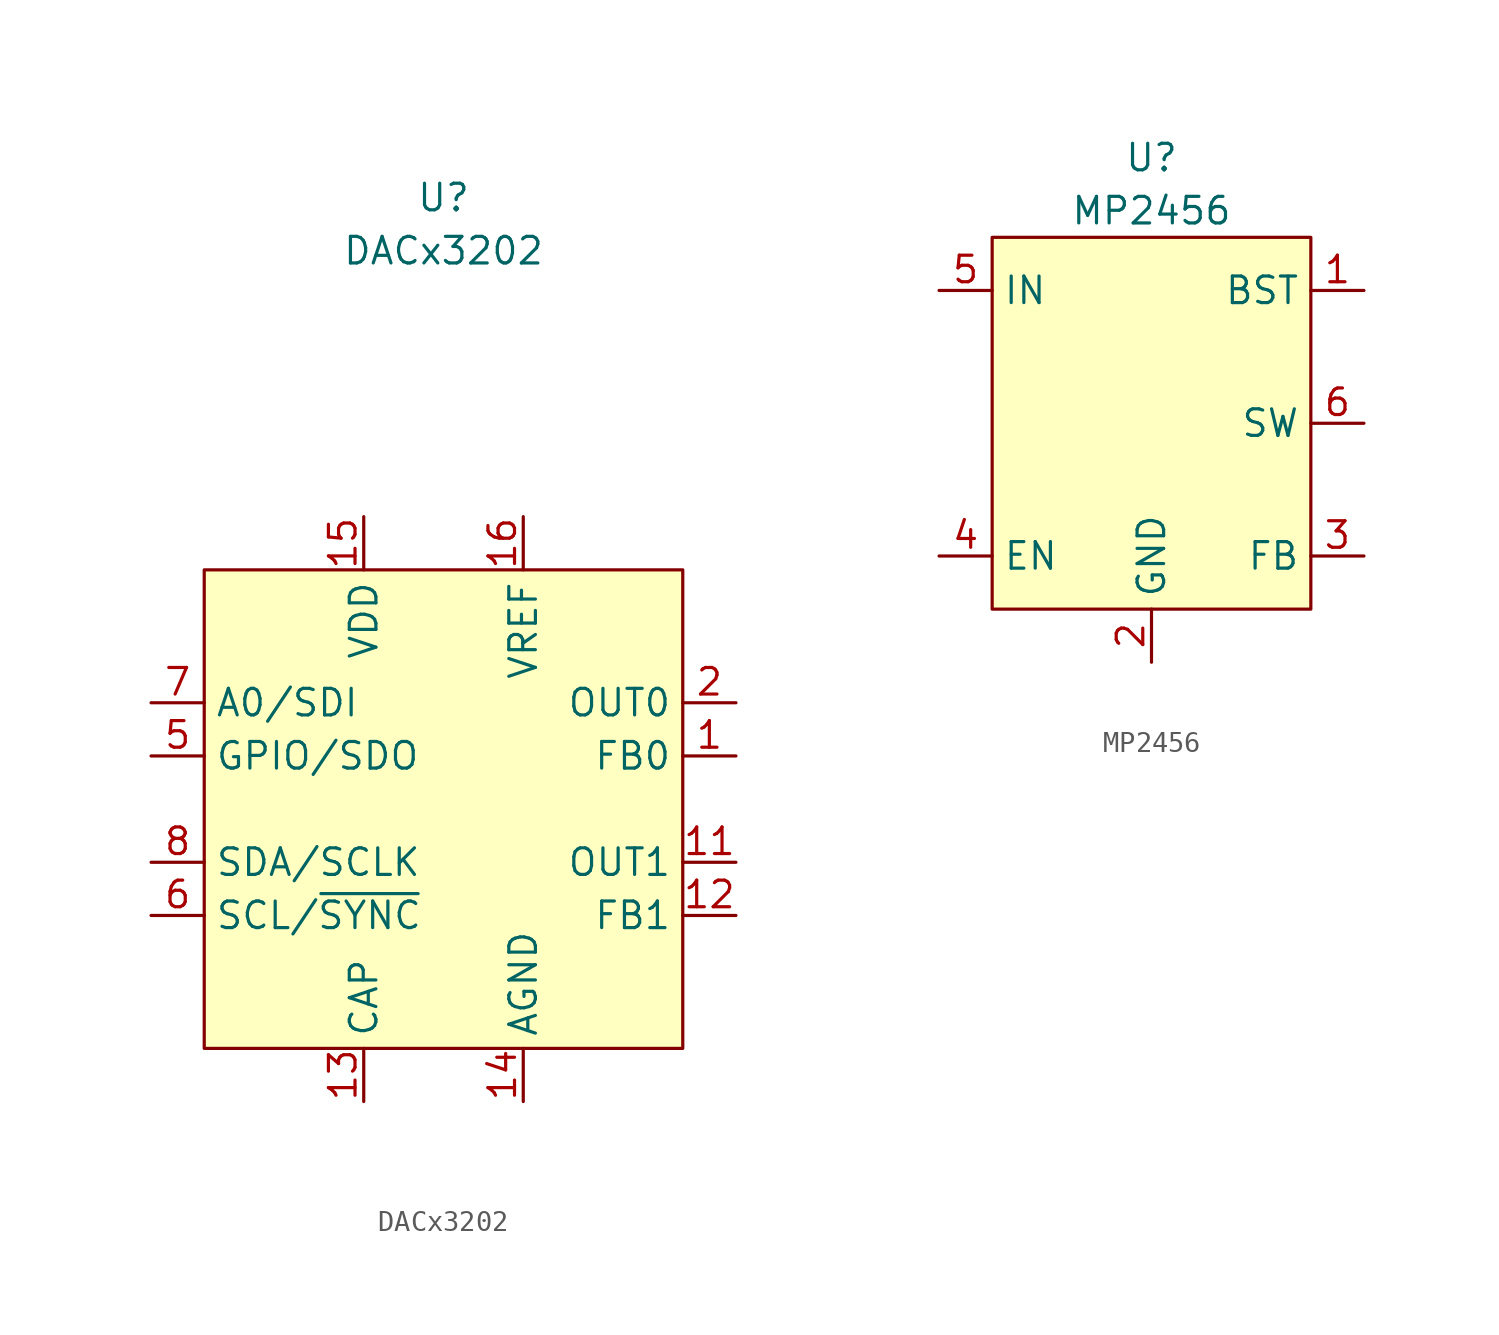
<source format=kicad_sym>
(kicad_symbol_lib
  (version 20220914)
  (generator kicad_symbol_editor)
  (symbol "DACx3202"
    (property "Reference" "U"
      (at 0 29.21 0)
      (effects (font (size 1.27 1.27))))
    (property "Value" "DACx3202"
      (at 0 26.67 0)
      (effects (font (size 1.27 1.27))))
    (symbol "DACx3202_0_0"
      (pin input line (at 13.97 2.54 180) (length 2.54) (name "FB0" (effects (font (size 1.27 1.27)))) (number "1" (effects (font (size 1.27 1.27)))))
      (pin output line (at 13.97 -2.54 180) (length 2.54) (name "OUT1" (effects (font (size 1.27 1.27)))) (number "11" (effects (font (size 1.27 1.27)))))
      (pin input line (at 13.97 -5.08 180) (length 2.54) (name "FB1" (effects (font (size 1.27 1.27)))) (number "12" (effects (font (size 1.27 1.27)))))
      (pin power_out line (at -3.81 -13.97 90) (length 2.54) (name "CAP" (effects (font (size 1.27 1.27)))) (number "13" (effects (font (size 1.27 1.27)))))
      (pin power_in line (at 3.81 -13.97 90) (length 2.54) (name "AGND" (effects (font (size 1.27 1.27)))) (number "14" (effects (font (size 1.27 1.27)))))
      (pin power_in line (at -3.81 13.97 270) (length 2.54) (name "VDD" (effects (font (size 1.27 1.27)))) (number "15" (effects (font (size 1.27 1.27)))))
      (pin power_in line (at 3.81 13.97 270) (length 2.54) (name "VREF" (effects (font (size 1.27 1.27)))) (number "16" (effects (font (size 1.27 1.27)))))
      (pin power_in line (at 3.81 -13.97 90) (length 2.54) hide (name "AGND" (effects (font (size 1.27 1.27)))) (number "17" (effects (font (size 1.27 1.27)))))
      (pin output line (at 13.97 5.08 180) (length 2.54) (name "OUT0" (effects (font (size 1.27 1.27)))) (number "2" (effects (font (size 1.27 1.27)))))
      (pin bidirectional line (at -13.97 2.54 0) (length 2.54) (name "GPIO/SDO" (effects (font (size 1.27 1.27)))) (number "5" (effects (font (size 1.27 1.27)))))
      (pin bidirectional line (at -13.97 -5.08 0) (length 2.54) (name "SCL/~{SYNC}" (effects (font (size 1.27 1.27)))) (number "6" (effects (font (size 1.27 1.27)))))
      (pin input line (at -13.97 5.08 0) (length 2.54) (name "A0/SDI" (effects (font (size 1.27 1.27)))) (number "7" (effects (font (size 1.27 1.27)))))
      (pin input line (at -13.97 -2.54 0) (length 2.54) (name "SDA/SCLK" (effects (font (size 1.27 1.27)))) (number "8" (effects (font (size 1.27 1.27))))))
    (symbol "DACx3202_0_1"
      (rectangle (start -11.43 11.43) (end 11.43 -11.43) (stroke (width 0) (type default)) (fill (type background)))))
  (symbol "MP2456"
    (property "Reference" "U"
      (at 0 12.7 0)
      (effects (font (size 1.27 1.27))))
    (property "Value" "MP2456"
      (at 0 10.16 0)
      (effects (font (size 1.27 1.27))))
    (symbol "MP2456_0_0"
      (pin unspecified line (at 10.16 6.35 180) (length 2.54) (name "BST" (effects (font (size 1.27 1.27)))) (number "1" (effects (font (size 1.27 1.27)))))
      (pin power_in line (at 0 -11.43 90) (length 2.54) (name "GND" (effects (font (size 1.27 1.27)))) (number "2" (effects (font (size 1.27 1.27)))))
      (pin input line (at 10.16 -6.35 180) (length 2.54) (name "FB" (effects (font (size 1.27 1.27)))) (number "3" (effects (font (size 1.27 1.27)))))
      (pin input line (at -10.16 -6.35 0) (length 2.54) (name "EN" (effects (font (size 1.27 1.27)))) (number "4" (effects (font (size 1.27 1.27)))))
      (pin power_in line (at -10.16 6.35 0) (length 2.54) (name "IN" (effects (font (size 1.27 1.27)))) (number "5" (effects (font (size 1.27 1.27)))))
      (pin power_out line (at 10.16 0 180) (length 2.54) (name "SW" (effects (font (size 1.27 1.27)))) (number "6" (effects (font (size 1.27 1.27))))))
    (symbol "MP2456_0_1"
      (rectangle (start -7.62 8.89) (end 7.62 -8.89) (stroke (width 0) (type default)) (fill (type background))))))
</source>
